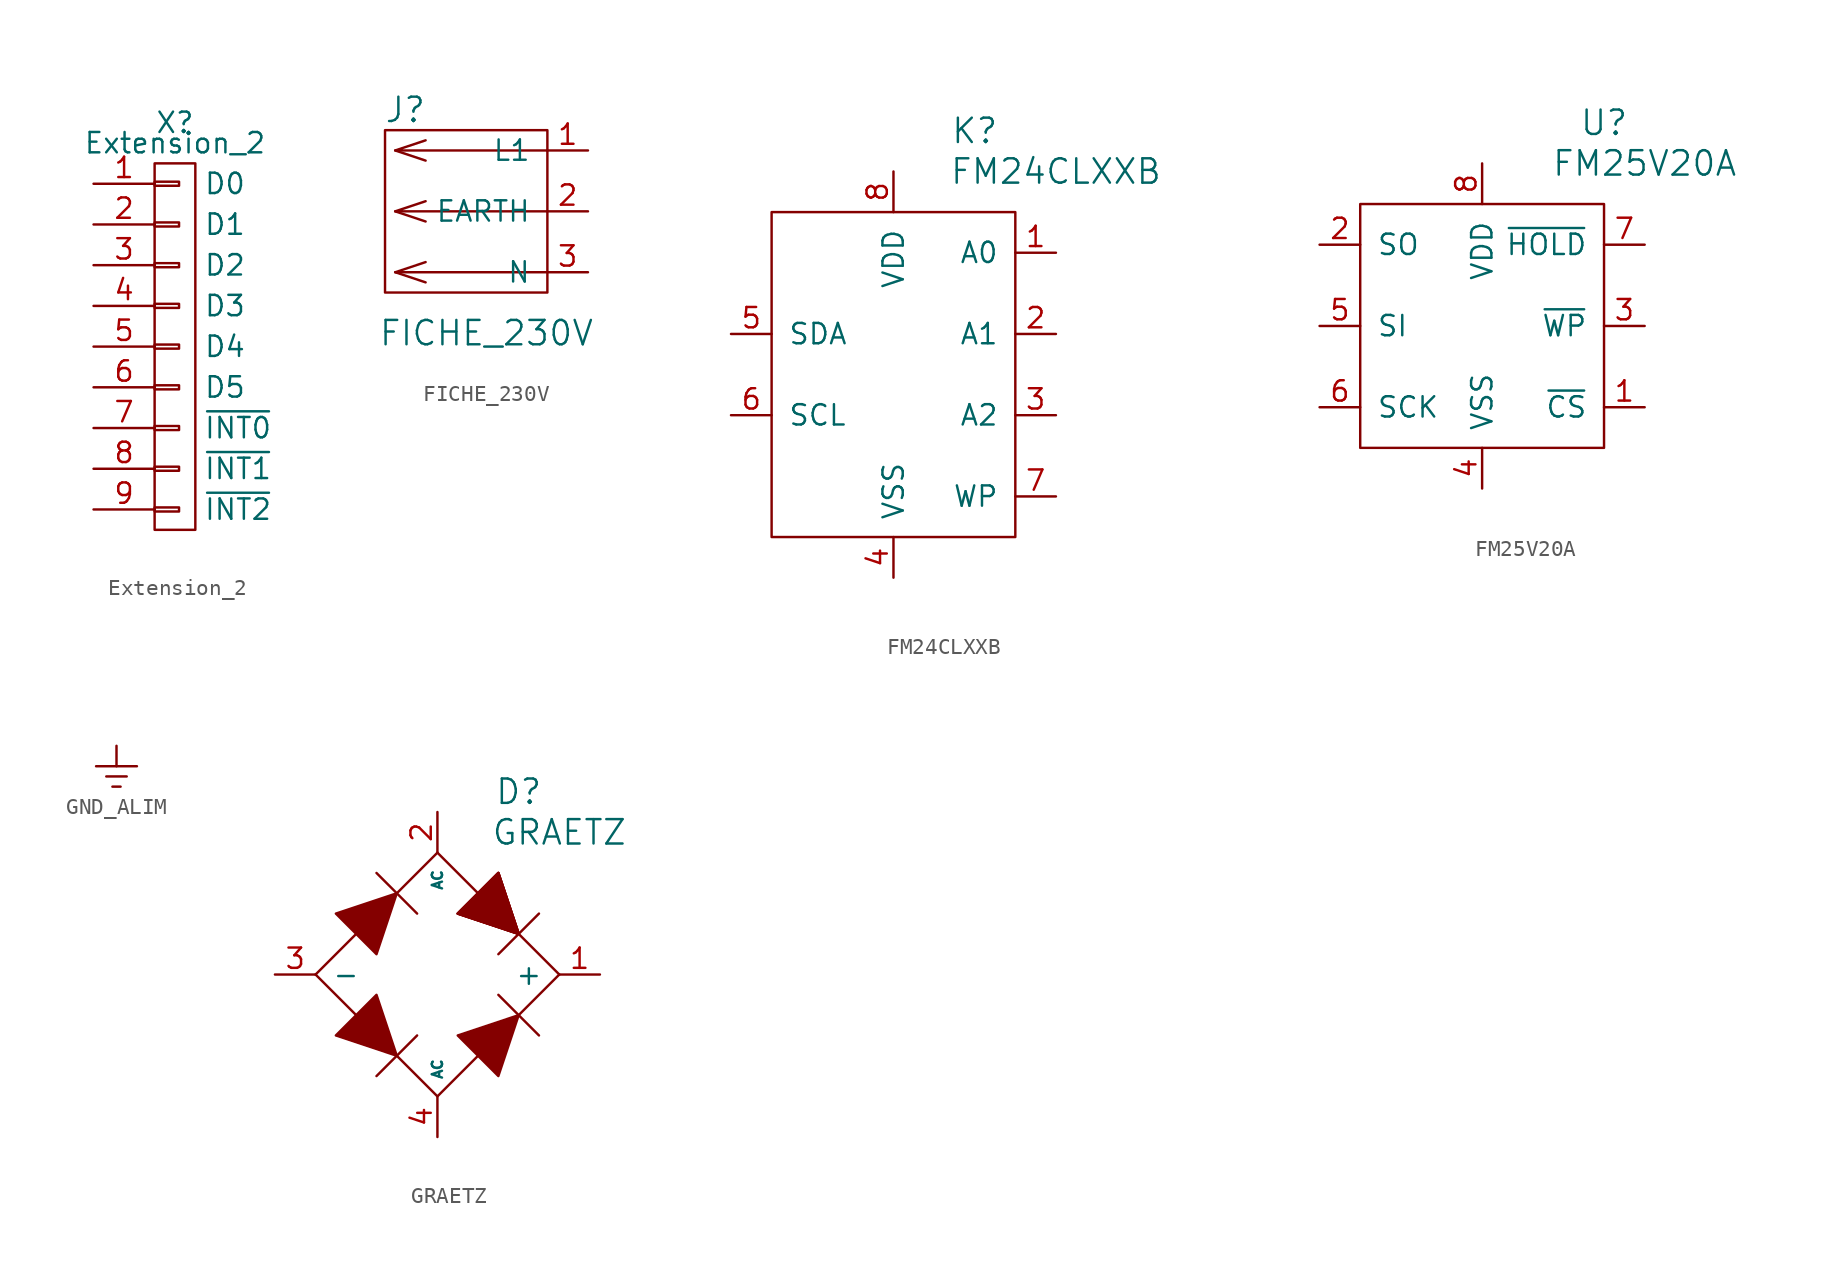
<source format=kicad_sym>
(kicad_symbol_lib
  (version 20211014)
  (generator kicad_symbol_editor)
  (symbol "Extension_2"
    (pin_names
      (offset 3.048))
    (property "Reference" "X"
      (at 0 13.97 0)
      (effects (font (size 1.27 1.27))))
    (property "Value" "Extension_2"
      (at 0 12.7 0)
      (effects (font (size 1.27 1.27))))
    (property "Datasheet" ""
      (at 0 1.27 0)
      (effects (font (size 1.27 1.27))))
    (symbol "Extension_2_0_1"
      (rectangle (start -1.27 -11.43) (end 1.27 11.43) (stroke (width 0) (type default) (color 0 0 0 0)) (fill (type none)))
      (rectangle (start -1.27 -10.033) (end 0.254 -10.287) (stroke (width 0) (type default) (color 0 0 0 0)) (fill (type none)))
      (rectangle (start -1.27 -7.493) (end 0.254 -7.747) (stroke (width 0) (type default) (color 0 0 0 0)) (fill (type none)))
      (rectangle (start -1.27 -4.953) (end 0.254 -5.207) (stroke (width 0) (type default) (color 0 0 0 0)) (fill (type none)))
      (rectangle (start -1.27 -2.413) (end 0.254 -2.667) (stroke (width 0) (type default) (color 0 0 0 0)) (fill (type none)))
      (rectangle (start -1.27 0.127) (end 0.254 -0.127) (stroke (width 0) (type default) (color 0 0 0 0)) (fill (type none)))
      (rectangle (start -1.27 2.667) (end 0.254 2.413) (stroke (width 0) (type default) (color 0 0 0 0)) (fill (type none)))
      (rectangle (start -1.27 5.207) (end 0.254 4.953) (stroke (width 0) (type default) (color 0 0 0 0)) (fill (type none)))
      (rectangle (start -1.27 7.747) (end 0.254 7.493) (stroke (width 0) (type default) (color 0 0 0 0)) (fill (type none)))
      (rectangle (start -1.27 10.287) (end 0.254 10.033) (stroke (width 0) (type default) (color 0 0 0 0)) (fill (type none))))
    (symbol "Extension_2_1_1"
      (pin bidirectional line (at -5.08 10.16 0) (length 3.81) (name "D0" (effects (font (size 1.27 1.27)))) (number "1" (effects (font (size 1.27 1.27)))))
      (pin bidirectional line (at -5.08 7.62 0) (length 3.81) (name "D1" (effects (font (size 1.27 1.27)))) (number "2" (effects (font (size 1.27 1.27)))))
      (pin bidirectional line (at -5.08 5.08 0) (length 3.81) (name "D2" (effects (font (size 1.27 1.27)))) (number "3" (effects (font (size 1.27 1.27)))))
      (pin bidirectional line (at -5.08 2.54 0) (length 3.81) (name "D3" (effects (font (size 1.27 1.27)))) (number "4" (effects (font (size 1.27 1.27)))))
      (pin bidirectional line (at -5.08 0 0) (length 3.81) (name "D4" (effects (font (size 1.27 1.27)))) (number "5" (effects (font (size 1.27 1.27)))))
      (pin bidirectional line (at -5.08 -2.54 0) (length 3.81) (name "D5" (effects (font (size 1.27 1.27)))) (number "6" (effects (font (size 1.27 1.27)))))
      (pin input line (at -5.08 -5.08 0) (length 3.81) (name "~{INT0}" (effects (font (size 1.27 1.27)))) (number "7" (effects (font (size 1.27 1.27)))))
      (pin input line (at -5.08 -7.62 0) (length 3.81) (name "~{INT1}" (effects (font (size 1.27 1.27)))) (number "8" (effects (font (size 1.27 1.27)))))
      (pin input line (at -5.08 -10.16 0) (length 3.81) (name "~{INT2}" (effects (font (size 1.27 1.27)))) (number "9" (effects (font (size 1.27 1.27)))))))
  (symbol "FICHE_230V"
    (pin_names
      (offset 1.016))
    (property "Reference" "J"
      (at -3.81 6.35 0)
      (effects (font (size 1.524 1.524))))
    (property "Value" "FICHE_230V"
      (at 1.27 -7.62 0)
      (effects (font (size 1.524 1.524))))
    (property "Footprint" ""
      (at 0 0 0)
      (effects (font (size 1.524 1.524))))
    (property "Datasheet" ""
      (at 0 0 0)
      (effects (font (size 1.524 1.524))))
    (symbol "FICHE_230V_0_1"
      (polyline (pts (xy -4.445 3.81) (xy -2.54 3.175)) (stroke (width 0) (type default) (color 0 0 0 0)) (fill (type none)))
      (polyline (pts (xy -2.54 -4.445) (xy -4.445 -3.81)) (stroke (width 0) (type default) (color 0 0 0 0)) (fill (type none)))
      (polyline (pts (xy -2.54 -0.635) (xy -4.445 0)) (stroke (width 0) (type default) (color 0 0 0 0)) (fill (type none)))
      (polyline (pts (xy 5.08 -3.81) (xy -4.445 -3.81) (xy -2.54 -3.175)) (stroke (width 0) (type default) (color 0 0 0 0)) (fill (type none)))
      (polyline (pts (xy 5.08 0) (xy -4.445 0) (xy -2.54 0.635)) (stroke (width 0) (type default) (color 0 0 0 0)) (fill (type none)))
      (polyline (pts (xy 5.08 3.81) (xy -4.445 3.81) (xy -2.54 4.445)) (stroke (width 0) (type default) (color 0 0 0 0)) (fill (type none)))
      (rectangle (start 5.08 5.08) (end -5.08 -5.08) (stroke (width 0) (type default) (color 0 0 0 0)) (fill (type none))))
    (symbol "FICHE_230V_1_1"
      (pin power_out line (at 7.62 3.81 180) (length 2.54) (name "L1" (effects (font (size 1.27 1.27)))) (number "1" (effects (font (size 1.27 1.27)))))
      (pin passive line (at 7.62 0 180) (length 2.54) (name "EARTH" (effects (font (size 1.27 1.27)))) (number "2" (effects (font (size 1.27 1.27)))))
      (pin power_out line (at 7.62 -3.81 180) (length 2.54) (name "N" (effects (font (size 1.27 1.27)))) (number "3" (effects (font (size 1.27 1.27)))))))
  (symbol "FM24CLXXB"
    (pin_names
      (offset 1.016))
    (property "Reference" "K"
      (at 5.08 15.24 0)
      (effects (font (size 1.524 1.524))))
    (property "Value" "FM24CLXXB"
      (at 10.16 12.7 0)
      (effects (font (size 1.524 1.524))))
    (symbol "FM24CLXXB_0_1"
      (rectangle (start 7.62 10.16) (end -7.62 -10.16) (stroke (width 0) (type default) (color 0 0 0 0)) (fill (type none))))
    (symbol "FM24CLXXB_1_1"
      (pin input line (at 10.16 7.62 180) (length 2.54) (name "A0" (effects (font (size 1.27 1.27)))) (number "1" (effects (font (size 1.27 1.27)))))
      (pin input line (at 10.16 2.54 180) (length 2.54) (name "A1" (effects (font (size 1.27 1.27)))) (number "2" (effects (font (size 1.27 1.27)))))
      (pin input line (at 10.16 -2.54 180) (length 2.54) (name "A2" (effects (font (size 1.27 1.27)))) (number "3" (effects (font (size 1.27 1.27)))))
      (pin power_in line (at 0 -12.7 90) (length 2.54) (name "VSS" (effects (font (size 1.27 1.27)))) (number "4" (effects (font (size 1.27 1.27)))))
      (pin input line (at -10.16 2.54 0) (length 2.54) (name "SDA" (effects (font (size 1.27 1.27)))) (number "5" (effects (font (size 1.27 1.27)))))
      (pin input line (at -10.16 -2.54 0) (length 2.54) (name "SCL" (effects (font (size 1.27 1.27)))) (number "6" (effects (font (size 1.27 1.27)))))
      (pin input line (at 10.16 -7.62 180) (length 2.54) (name "WP" (effects (font (size 1.27 1.27)))) (number "7" (effects (font (size 1.27 1.27)))))
      (pin power_in line (at 0 12.7 270) (length 2.54) (name "VDD" (effects (font (size 1.27 1.27)))) (number "8" (effects (font (size 1.27 1.27)))))))
  (symbol "FM25V20A"
    (pin_names
      (offset 1.016))
    (property "Reference" "U"
      (at 7.62 12.7 0)
      (effects (font (size 1.524 1.524))))
    (property "Value" "FM25V20A"
      (at 10.16 10.16 0)
      (effects (font (size 1.524 1.524))))
    (symbol "FM25V20A_0_1"
      (rectangle (start -7.62 7.62) (end 7.62 -7.62) (stroke (width 0) (type default) (color 0 0 0 0)) (fill (type none))))
    (symbol "FM25V20A_1_1"
      (pin input line (at 10.16 -5.08 180) (length 2.54) (name "~{CS}" (effects (font (size 1.27 1.27)))) (number "1" (effects (font (size 1.27 1.27)))))
      (pin input line (at -10.16 5.08 0) (length 2.54) (name "SO" (effects (font (size 1.27 1.27)))) (number "2" (effects (font (size 1.27 1.27)))))
      (pin input line (at 10.16 0 180) (length 2.54) (name "~{WP}" (effects (font (size 1.27 1.27)))) (number "3" (effects (font (size 1.27 1.27)))))
      (pin input line (at 0 -10.16 90) (length 2.54) (name "VSS" (effects (font (size 1.27 1.27)))) (number "4" (effects (font (size 1.27 1.27)))))
      (pin input line (at -10.16 0 0) (length 2.54) (name "SI" (effects (font (size 1.27 1.27)))) (number "5" (effects (font (size 1.27 1.27)))))
      (pin input line (at -10.16 -5.08 0) (length 2.54) (name "SCK" (effects (font (size 1.27 1.27)))) (number "6" (effects (font (size 1.27 1.27)))))
      (pin input line (at 10.16 5.08 180) (length 2.54) (name "~{HOLD}" (effects (font (size 1.27 1.27)))) (number "7" (effects (font (size 1.27 1.27)))))
      (pin input line (at 0 10.16 270) (length 2.54) (name "VDD" (effects (font (size 1.27 1.27)))) (number "8" (effects (font (size 1.27 1.27)))))))
  (symbol "GND_ALIM"
    (power)
    (pin_names
      (offset 0))
    (property "Reference" "#PWR"
      (at 0 -7.62 0)
      (effects (font (size 1.27 1.27)) hide))
    (property "Footprint" ""
      (at 0 0 0)
      (effects (font (size 1.27 1.27))))
    (property "Datasheet" ""
      (at 0 0 0)
      (effects (font (size 1.27 1.27))))
    (symbol "GND_ALIM_0_1"
      (polyline (pts (xy -1.27 -1.27) (xy 1.27 -1.27)) (stroke (width 0) (type default) (color 0 0 0 0)) (fill (type none)))
      (polyline (pts (xy -0.635 -1.905) (xy 0.635 -1.905)) (stroke (width 0) (type default) (color 0 0 0 0)) (fill (type none)))
      (polyline (pts (xy -0.254 -2.54) (xy 0.254 -2.54)) (stroke (width 0) (type default) (color 0 0 0 0)) (fill (type none)))
      (polyline (pts (xy 0 0) (xy 0 -1.27)) (stroke (width 0) (type default) (color 0 0 0 0)) (fill (type none))))
    (symbol "GND_ALIM_1_1"
      (pin power_in line (at 0 0 270) (length 0) hide (name "GND_ALIM" (effects (font (size 1.27 1.27)))) (number "1" (effects (font (size 1.27 1.27)))))))
  (symbol "GRAETZ"
    (pin_names
      (offset 1.016))
    (property "Reference" "D"
      (at 5.08 11.43 0)
      (effects (font (size 1.524 1.524))))
    (property "Value" "GRAETZ"
      (at 7.62 8.89 0)
      (effects (font (size 1.524 1.524))))
    (property "Footprint" ""
      (at 0 0 0)
      (effects (font (size 1.524 1.524))))
    (property "Datasheet" ""
      (at 0 0 0)
      (effects (font (size 1.524 1.524))))
    (symbol "GRAETZ_0_1"
      (polyline (pts (xy -3.81 6.35) (xy -1.27 3.81)) (stroke (width 0) (type default) (color 0 0 0 0)) (fill (type none)))
      (polyline (pts (xy -1.27 -3.81) (xy -3.81 -6.35)) (stroke (width 0) (type default) (color 0 0 0 0)) (fill (type none)))
      (polyline (pts (xy 0 7.62) (xy -7.62 0)) (stroke (width 0) (type default) (color 0 0 0 0)) (fill (type none)))
      (polyline (pts (xy 0 7.62) (xy 7.62 0)) (stroke (width 0) (type default) (color 0 0 0 0)) (fill (type none)))
      (polyline (pts (xy 3.81 -1.27) (xy 6.35 -3.81)) (stroke (width 0) (type default) (color 0 0 0 0)) (fill (type none)))
      (polyline (pts (xy 3.81 1.27) (xy 6.35 3.81)) (stroke (width 0) (type default) (color 0 0 0 0)) (fill (type none)))
      (polyline (pts (xy -7.62 0) (xy 0 -7.62) (xy 7.62 0)) (stroke (width 0) (type default) (color 0 0 0 0)) (fill (type none)))
      (polyline (pts (xy -3.81 -1.27) (xy -6.35 -3.81) (xy -2.54 -5.08) (xy -3.81 -1.27)) (stroke (width 0) (type default) (color 0 0 0 0)) (fill (type outline)))
      (polyline (pts (xy -3.81 1.27) (xy -6.35 3.81) (xy -2.54 5.08) (xy -3.81 1.27)) (stroke (width 0) (type default) (color 0 0 0 0)) (fill (type outline)))
      (polyline (pts (xy 1.27 3.81) (xy 3.81 6.35) (xy 5.08 2.54) (xy 1.27 3.81)) (stroke (width 0) (type default) (color 0 0 0 0)) (fill (type outline)))
      (polyline (pts (xy 1.27 3.81) (xy 3.81 6.35) (xy 5.08 2.54) (xy 1.27 3.81)) (stroke (width 0) (type default) (color 0 0 0 0)) (fill (type outline)))
      (polyline (pts (xy 1.27 3.81) (xy 3.81 6.35) (xy 5.08 2.54) (xy 1.27 3.81)) (stroke (width 0) (type default) (color 0 0 0 0)) (fill (type outline)))
      (polyline (pts (xy 1.27 3.81) (xy 3.81 6.35) (xy 5.08 2.54) (xy 1.27 3.81)) (stroke (width 0) (type default) (color 0 0 0 0)) (fill (type outline)))
      (polyline (pts (xy 5.08 -2.54) (xy 3.81 -6.35) (xy 1.27 -3.81) (xy 5.08 -2.54)) (stroke (width 0) (type default) (color 0 0 0 0)) (fill (type outline))))
    (symbol "GRAETZ_1_1"
      (pin passive line (at 10.16 0 180) (length 2.54) (name "+" (effects (font (size 1.27 1.27)))) (number "1" (effects (font (size 1.27 1.27)))))
      (pin passive line (at 0 10.16 270) (length 2.54) (name "AC" (effects (font (size 0.635 0.635)))) (number "2" (effects (font (size 1.27 1.27)))))
      (pin passive line (at -10.16 0 0) (length 2.54) (name "-" (effects (font (size 1.27 1.27)))) (number "3" (effects (font (size 1.27 1.27)))))
      (pin passive line (at 0 -10.16 90) (length 2.54) (name "AC" (effects (font (size 0.635 0.635)))) (number "4" (effects (font (size 1.27 1.27))))))))
</source>
